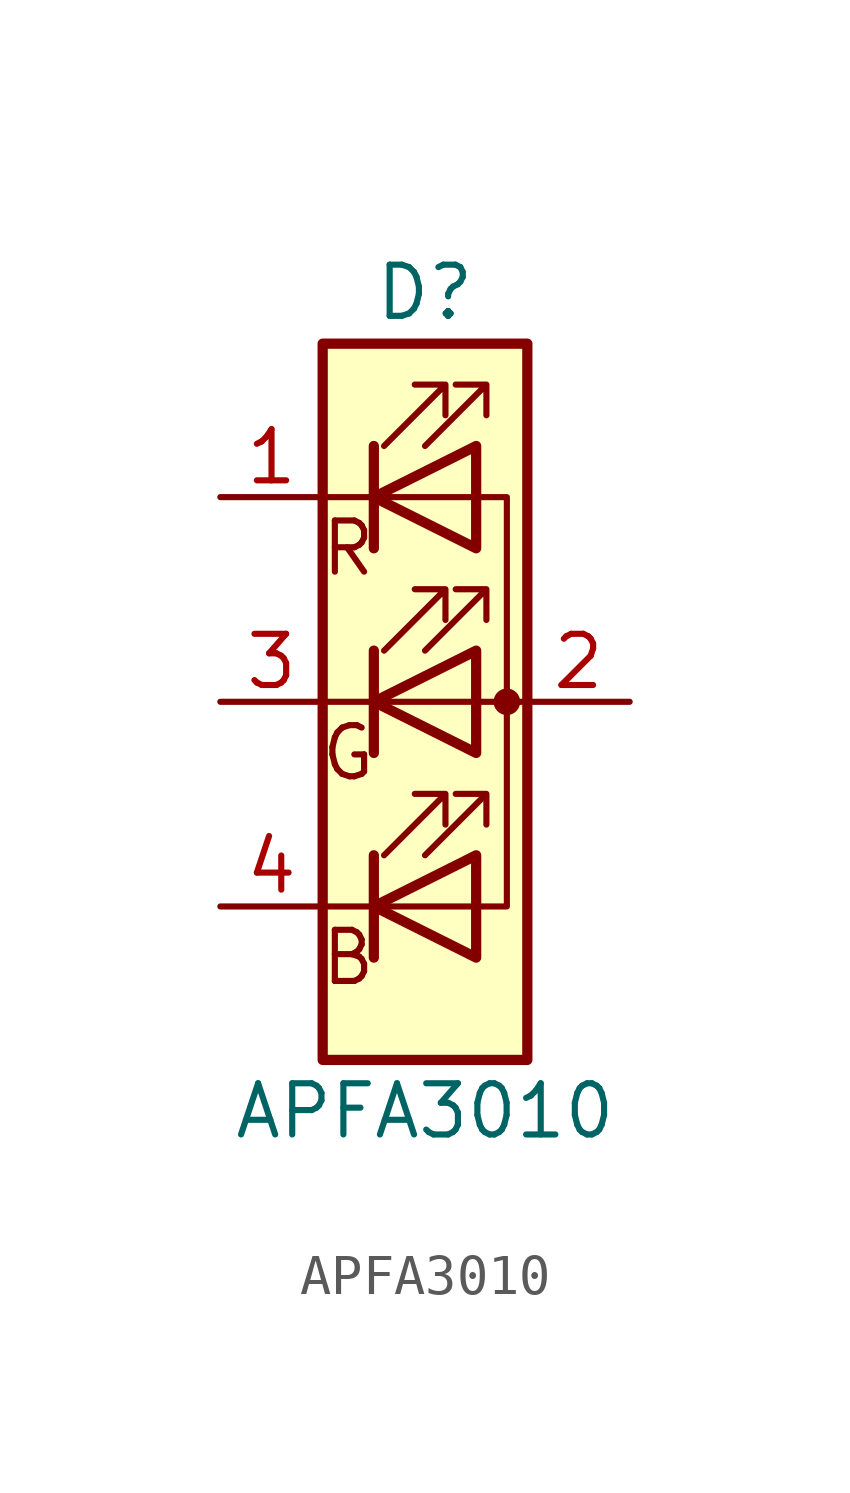
<source format=kicad_sym>
(kicad_symbol_lib
  (version 20200908)
  (generator kicad_symbol_editor)
  (symbol "LED:APFA3010"
    (pin_names
      (offset 0) hide)
    (property "Reference" "D"
      (at 0 10.16 0)
      (effects (font (size 1.27 1.27))))
    (property "Value" "APFA3010"
      (at 0 -10.16 0)
      (effects (font (size 1.27 1.27))))
    (symbol "APFA3010_0_1"
      (circle (center 2.032 0) (radius 0.254) (stroke (width 0)) (fill (type outline)))
      (rectangle (start -2.54 -8.89) (end 2.54 8.89) (stroke (width 0.254)) (fill (type background)))
      (rectangle (start 1.27 6.35) (end 1.27 6.35) (stroke (width 0)) (fill (type none)))
      (polyline (pts (xy -2.54 -5.08) (xy 1.27 -5.08)) (stroke (width 0)) (fill (type none)))
      (polyline (pts (xy -1.27 -3.81) (xy -1.27 -6.35)) (stroke (width 0.254)) (fill (type none)))
      (polyline (pts (xy -1.27 1.27) (xy -1.27 -1.27)) (stroke (width 0.254)) (fill (type none)))
      (polyline (pts (xy -1.27 6.35) (xy -1.27 3.81)) (stroke (width 0.254)) (fill (type none)))
      (polyline (pts (xy 1.27 5.08) (xy -2.54 5.08)) (stroke (width 0)) (fill (type none)))
      (polyline (pts (xy 2.54 0) (xy -2.54 0)) (stroke (width 0)) (fill (type none)))
      (polyline (pts (xy 1.27 -5.08) (xy 2.032 -5.08) (xy 2.032 5.08) (xy 1.27 5.08)) (stroke (width 0)) (fill (type none)))
      (polyline (pts (xy 1.27 -3.81) (xy 1.27 -6.35) (xy -1.27 -5.08) (xy 1.27 -3.81)) (stroke (width 0.254)) (fill (type none)))
      (polyline (pts (xy 1.27 1.27) (xy 1.27 -1.27) (xy -1.27 0) (xy 1.27 1.27)) (stroke (width 0.254)) (fill (type none)))
      (polyline (pts (xy 1.27 6.35) (xy 1.27 3.81) (xy -1.27 5.08) (xy 1.27 6.35)) (stroke (width 0.254)) (fill (type none)))
      (polyline (pts (xy -1.016 -3.81) (xy 0.508 -2.286) (xy -0.254 -2.286) (xy 0.508 -2.286) (xy 0.508 -3.048)) (stroke (width 0)) (fill (type none)))
      (polyline (pts (xy -1.016 1.27) (xy 0.508 2.794) (xy -0.254 2.794) (xy 0.508 2.794) (xy 0.508 2.032)) (stroke (width 0)) (fill (type none)))
      (polyline (pts (xy -1.016 6.35) (xy 0.508 7.874) (xy -0.254 7.874) (xy 0.508 7.874) (xy 0.508 7.112)) (stroke (width 0)) (fill (type none)))
      (polyline (pts (xy 0 -3.81) (xy 1.524 -2.286) (xy 0.762 -2.286) (xy 1.524 -2.286) (xy 1.524 -3.048)) (stroke (width 0)) (fill (type none)))
      (polyline (pts (xy 0 1.27) (xy 1.524 2.794) (xy 0.762 2.794) (xy 1.524 2.794) (xy 1.524 2.032)) (stroke (width 0)) (fill (type none)))
      (polyline (pts (xy 0 6.35) (xy 1.524 7.874) (xy 0.762 7.874) (xy 1.524 7.874) (xy 1.524 7.112)) (stroke (width 0)) (fill (type none))))
    (symbol "APFA3010_0_0"
      (text "B" (at -1.905 -6.35 0) (effects (font (size 1.27 1.27))))
      (text "G" (at -1.905 -1.27 0) (effects (font (size 1.27 1.27))))
      (text "R" (at -1.905 3.81 0) (effects (font (size 1.27 1.27)))))
    (symbol "APFA3010_1_1"
      (pin input line (at -5.08 5.08 0) (length 2.54) (name "R" (effects (font (size 1.27 1.27)))) (number "1" (effects (font (size 1.27 1.27)))))
      (pin power_in line (at 5.08 0 180) (length 2.54) (name "A" (effects (font (size 1.27 1.27)))) (number "2" (effects (font (size 1.27 1.27)))))
      (pin input line (at -5.08 0 0) (length 2.54) (name "G" (effects (font (size 1.27 1.27)))) (number "3" (effects (font (size 1.27 1.27)))))
      (pin input line (at -5.08 -5.08 0) (length 2.54) (name "B" (effects (font (size 1.27 1.27)))) (number "4" (effects (font (size 1.27 1.27))))))))
</source>
